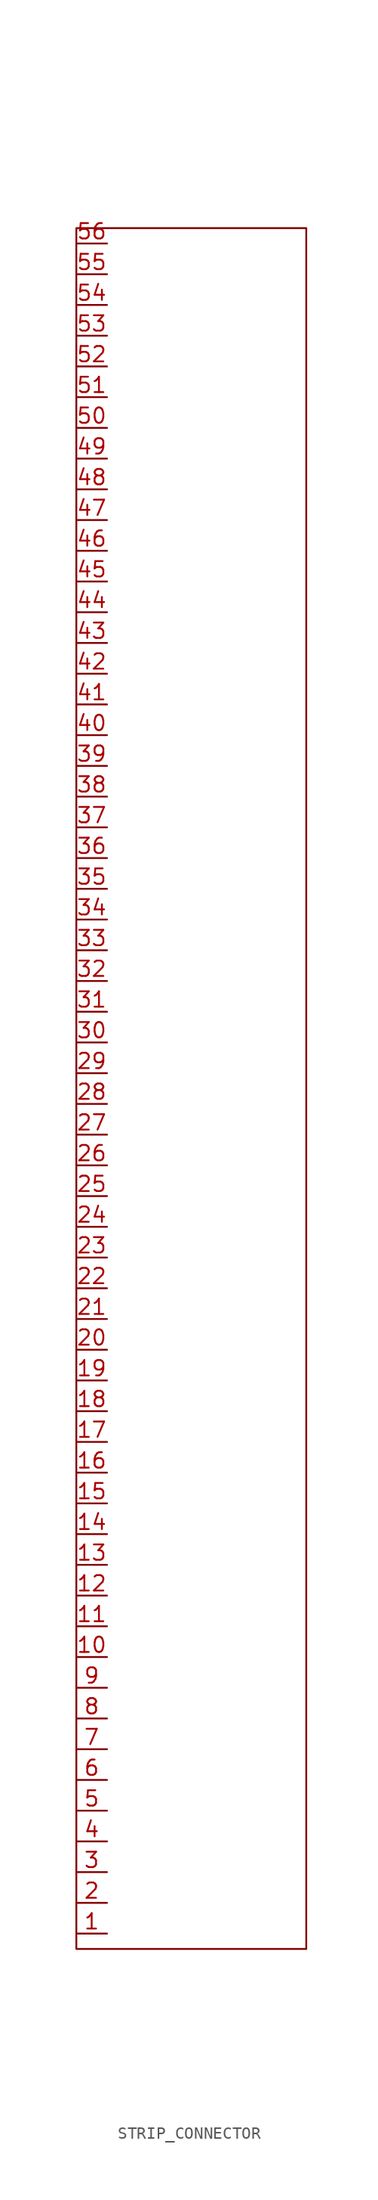
<source format=kicad_sym>
(kicad_symbol_lib
  (version 20241209)
  (generator "kicad_symbol_editor")
  (generator_version "9.0")
  (symbol "STRIP_CONNECTOR"
    (property "Reference" "U"
      (at 0 0 0)
      (effects (font (size 1.27 1.27)) (hide yes)))
    (property "Value" ""
      (at 0 0 0)
      (effects (font (size 1.27 1.27))))
    (symbol "STRIP_CONNECTOR_0_0"
      (pin unspecified line (at 0 139.7 0) (length 2.54) (name "" (effects (font (size 1.27 1.27)))) (number "56" (effects (font (size 1.27 1.27)))))
      (pin unspecified line (at 0 137.16 0) (length 2.54) (name "" (effects (font (size 1.27 1.27)))) (number "55" (effects (font (size 1.27 1.27)))))
      (pin unspecified line (at 0 134.62 0) (length 2.54) (name "" (effects (font (size 1.27 1.27)))) (number "54" (effects (font (size 1.27 1.27)))))
      (pin unspecified line (at 0 132.08 0) (length 2.54) (name "" (effects (font (size 1.27 1.27)))) (number "53" (effects (font (size 1.27 1.27)))))
      (pin unspecified line (at 0 129.54 0) (length 2.54) (name "" (effects (font (size 1.27 1.27)))) (number "52" (effects (font (size 1.27 1.27)))))
      (pin unspecified line (at 0 127 0) (length 2.54) (name "" (effects (font (size 1.27 1.27)))) (number "51" (effects (font (size 1.27 1.27)))))
      (pin unspecified line (at 0 124.46 0) (length 2.54) (name "" (effects (font (size 1.27 1.27)))) (number "50" (effects (font (size 1.27 1.27)))))
      (pin unspecified line (at 0 121.92 0) (length 2.54) (name "" (effects (font (size 1.27 1.27)))) (number "49" (effects (font (size 1.27 1.27)))))
      (pin unspecified line (at 0 119.38 0) (length 2.54) (name "" (effects (font (size 1.27 1.27)))) (number "48" (effects (font (size 1.27 1.27)))))
      (pin unspecified line (at 0 116.84 0) (length 2.54) (name "" (effects (font (size 1.27 1.27)))) (number "47" (effects (font (size 1.27 1.27)))))
      (pin unspecified line (at 0 114.3 0) (length 2.54) (name "" (effects (font (size 1.27 1.27)))) (number "46" (effects (font (size 1.27 1.27)))))
      (pin unspecified line (at 0 111.76 0) (length 2.54) (name "" (effects (font (size 1.27 1.27)))) (number "45" (effects (font (size 1.27 1.27)))))
      (pin unspecified line (at 0 109.22 0) (length 2.54) (name "" (effects (font (size 1.27 1.27)))) (number "44" (effects (font (size 1.27 1.27)))))
      (pin unspecified line (at 0 106.68 0) (length 2.54) (name "" (effects (font (size 1.27 1.27)))) (number "43" (effects (font (size 1.27 1.27)))))
      (pin unspecified line (at 0 104.14 0) (length 2.54) (name "" (effects (font (size 1.27 1.27)))) (number "42" (effects (font (size 1.27 1.27)))))
      (pin unspecified line (at 0 101.6 0) (length 2.54) (name "" (effects (font (size 1.27 1.27)))) (number "41" (effects (font (size 1.27 1.27)))))
      (pin unspecified line (at 0 99.06 0) (length 2.54) (name "" (effects (font (size 1.27 1.27)))) (number "40" (effects (font (size 1.27 1.27)))))
      (pin unspecified line (at 0 96.52 0) (length 2.54) (name "" (effects (font (size 1.27 1.27)))) (number "39" (effects (font (size 1.27 1.27)))))
      (pin unspecified line (at 0 93.98 0) (length 2.54) (name "" (effects (font (size 1.27 1.27)))) (number "38" (effects (font (size 1.27 1.27)))))
      (pin unspecified line (at 0 91.44 0) (length 2.54) (name "" (effects (font (size 1.27 1.27)))) (number "37" (effects (font (size 1.27 1.27)))))
      (pin unspecified line (at 0 88.9 0) (length 2.54) (name "" (effects (font (size 1.27 1.27)))) (number "36" (effects (font (size 1.27 1.27)))))
      (pin unspecified line (at 0 86.36 0) (length 2.54) (name "" (effects (font (size 1.27 1.27)))) (number "35" (effects (font (size 1.27 1.27)))))
      (pin unspecified line (at 0 83.82 0) (length 2.54) (name "" (effects (font (size 1.27 1.27)))) (number "34" (effects (font (size 1.27 1.27)))))
      (pin unspecified line (at 0 81.28 0) (length 2.54) (name "" (effects (font (size 1.27 1.27)))) (number "33" (effects (font (size 1.27 1.27)))))
      (pin unspecified line (at 0 78.74 0) (length 2.54) (name "" (effects (font (size 1.27 1.27)))) (number "32" (effects (font (size 1.27 1.27)))))
      (pin unspecified line (at 0 76.2 0) (length 2.54) (name "" (effects (font (size 1.27 1.27)))) (number "31" (effects (font (size 1.27 1.27)))))
      (pin unspecified line (at 0 73.66 0) (length 2.54) (name "" (effects (font (size 1.27 1.27)))) (number "30" (effects (font (size 1.27 1.27)))))
      (pin unspecified line (at 0 71.12 0) (length 2.54) (name "" (effects (font (size 1.27 1.27)))) (number "29" (effects (font (size 1.27 1.27)))))
      (pin unspecified line (at 0 68.58 0) (length 2.54) (name "" (effects (font (size 1.27 1.27)))) (number "28" (effects (font (size 1.27 1.27)))))
      (pin unspecified line (at 0 66.04 0) (length 2.54) (name "" (effects (font (size 1.27 1.27)))) (number "27" (effects (font (size 1.27 1.27)))))
      (pin unspecified line (at 0 63.5 0) (length 2.54) (name "" (effects (font (size 1.27 1.27)))) (number "26" (effects (font (size 1.27 1.27)))))
      (pin unspecified line (at 0 60.96 0) (length 2.54) (name "" (effects (font (size 1.27 1.27)))) (number "25" (effects (font (size 1.27 1.27)))))
      (pin unspecified line (at 0 58.42 0) (length 2.54) (name "" (effects (font (size 1.27 1.27)))) (number "24" (effects (font (size 1.27 1.27)))))
      (pin unspecified line (at 0 55.88 0) (length 2.54) (name "" (effects (font (size 1.27 1.27)))) (number "23" (effects (font (size 1.27 1.27)))))
      (pin unspecified line (at 0 53.34 0) (length 2.54) (name "" (effects (font (size 1.27 1.27)))) (number "22" (effects (font (size 1.27 1.27)))))
      (pin unspecified line (at 0 50.8 0) (length 2.54) (name "" (effects (font (size 1.27 1.27)))) (number "21" (effects (font (size 1.27 1.27)))))
      (pin unspecified line (at 0 48.26 0) (length 2.54) (name "" (effects (font (size 1.27 1.27)))) (number "20" (effects (font (size 1.27 1.27)))))
      (pin unspecified line (at 0 45.72 0) (length 2.54) (name "" (effects (font (size 1.27 1.27)))) (number "19" (effects (font (size 1.27 1.27)))))
      (pin unspecified line (at 0 43.18 0) (length 2.54) (name "" (effects (font (size 1.27 1.27)))) (number "18" (effects (font (size 1.27 1.27)))))
      (pin unspecified line (at 0 40.64 0) (length 2.54) (name "" (effects (font (size 1.27 1.27)))) (number "17" (effects (font (size 1.27 1.27)))))
      (pin unspecified line (at 0 38.1 0) (length 2.54) (name "" (effects (font (size 1.27 1.27)))) (number "16" (effects (font (size 1.27 1.27)))))
      (pin unspecified line (at 0 35.56 0) (length 2.54) (name "" (effects (font (size 1.27 1.27)))) (number "15" (effects (font (size 1.27 1.27)))))
      (pin unspecified line (at 0 33.02 0) (length 2.54) (name "" (effects (font (size 1.27 1.27)))) (number "14" (effects (font (size 1.27 1.27)))))
      (pin unspecified line (at 0 30.48 0) (length 2.54) (name "" (effects (font (size 1.27 1.27)))) (number "13" (effects (font (size 1.27 1.27)))))
      (pin unspecified line (at 0 27.94 0) (length 2.54) (name "" (effects (font (size 1.27 1.27)))) (number "12" (effects (font (size 1.27 1.27)))))
      (pin unspecified line (at 0 25.4 0) (length 2.54) (name "" (effects (font (size 1.27 1.27)))) (number "11" (effects (font (size 1.27 1.27)))))
      (pin unspecified line (at 0 22.86 0) (length 2.54) (name "" (effects (font (size 1.27 1.27)))) (number "10" (effects (font (size 1.27 1.27)))))
      (pin unspecified line (at 0 20.32 0) (length 2.54) (name "" (effects (font (size 1.27 1.27)))) (number "9" (effects (font (size 1.27 1.27)))))
      (pin unspecified line (at 0 17.78 0) (length 2.54) (name "" (effects (font (size 1.27 1.27)))) (number "8" (effects (font (size 1.27 1.27)))))
      (pin unspecified line (at 0 15.24 0) (length 2.54) (name "" (effects (font (size 1.27 1.27)))) (number "7" (effects (font (size 1.27 1.27)))))
      (pin unspecified line (at 0 12.7 0) (length 2.54) (name "" (effects (font (size 1.27 1.27)))) (number "6" (effects (font (size 1.27 1.27)))))
      (pin unspecified line (at 0 10.16 0) (length 2.54) (name "" (effects (font (size 1.27 1.27)))) (number "5" (effects (font (size 1.27 1.27)))))
      (pin unspecified line (at 0 7.62 0) (length 2.54) (name "" (effects (font (size 1.27 1.27)))) (number "4" (effects (font (size 1.27 1.27)))))
      (pin unspecified line (at 0 5.08 0) (length 2.54) (name "" (effects (font (size 1.27 1.27)))) (number "3" (effects (font (size 1.27 1.27)))))
      (pin unspecified line (at 0 2.54 0) (length 2.54) (name "" (effects (font (size 1.27 1.27)))) (number "2" (effects (font (size 1.27 1.27)))))
      (pin unspecified line (at 0 0 0) (length 2.54) (name "" (effects (font (size 1.27 1.27)))) (number "1" (effects (font (size 1.27 1.27))))))
    (symbol "STRIP_CONNECTOR_0_1"
      (rectangle (start 0 140.97) (end 19.05 -1.27) (stroke (width 0) (type default)) (fill (type none))))))
</source>
